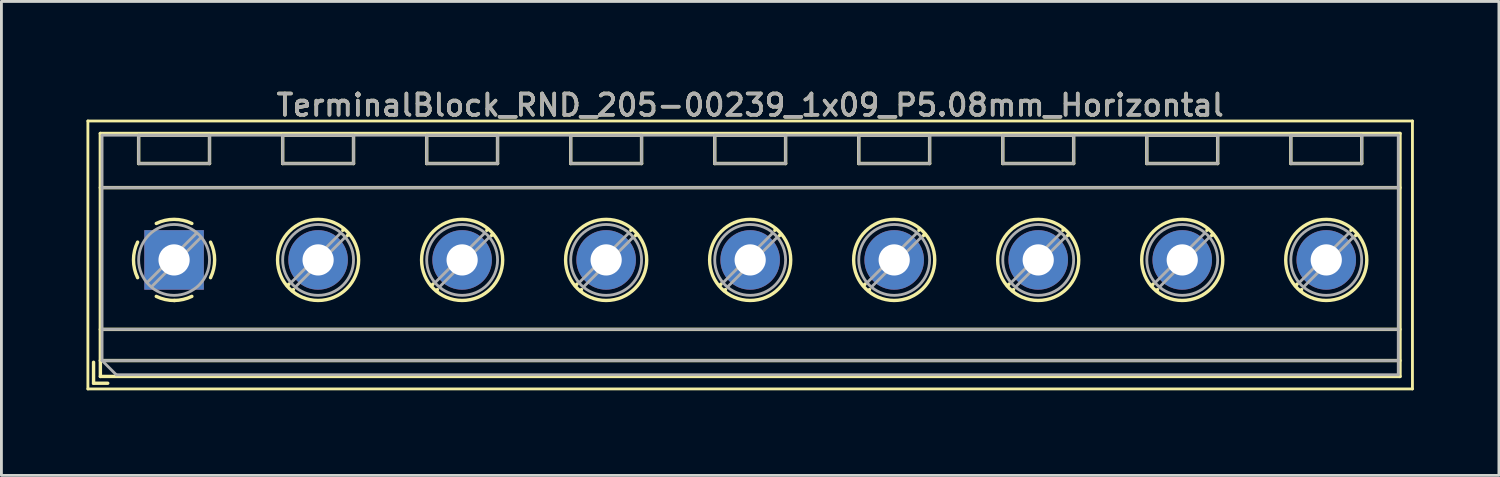
<source format=kicad_pcb>
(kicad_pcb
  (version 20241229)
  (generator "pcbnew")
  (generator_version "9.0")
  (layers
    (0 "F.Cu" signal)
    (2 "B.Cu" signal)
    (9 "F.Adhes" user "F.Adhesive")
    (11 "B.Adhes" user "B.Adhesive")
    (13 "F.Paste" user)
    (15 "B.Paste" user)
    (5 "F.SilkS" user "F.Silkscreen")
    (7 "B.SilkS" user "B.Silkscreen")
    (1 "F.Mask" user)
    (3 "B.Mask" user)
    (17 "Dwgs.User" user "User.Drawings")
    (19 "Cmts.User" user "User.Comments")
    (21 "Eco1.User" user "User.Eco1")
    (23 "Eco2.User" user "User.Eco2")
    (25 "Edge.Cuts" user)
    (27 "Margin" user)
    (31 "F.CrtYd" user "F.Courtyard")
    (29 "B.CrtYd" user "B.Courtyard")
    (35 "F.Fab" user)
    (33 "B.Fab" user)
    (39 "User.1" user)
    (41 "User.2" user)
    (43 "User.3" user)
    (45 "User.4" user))
  (footprint "TerminalBlock_RND_205-00239_1x09_P5.08mm_Horizontal"
    (layer "F.Cu")
    (at 3.09 6.118)
    (property "Reference" "TerminalBlock_RND_205-00239_1x09_P5.08mm_Horizontal" (at 20.32 -5.46 0) (layer "F.SilkS") (effects (font (size 0.75 0.75) (thickness 0.125))))
    (attr through_hole)
    (fp_line (start -3.04 -4.9) (end -3.04 4.55) (stroke (width 0.1) (type solid)) (layer "F.SilkS"))
    (fp_line (start -3.04 4.55) (end 43.68 4.55) (stroke (width 0.1) (type solid)) (layer "F.SilkS"))
    (fp_line (start -2.84 3.61) (end -2.84 4.35) (stroke (width 0.12) (type solid)) (layer "F.SilkS"))
    (fp_line (start -2.84 4.35) (end -2.34 4.35) (stroke (width 0.12) (type solid)) (layer "F.SilkS"))
    (fp_line (start -2.6 -4.46) (end -2.6 4.11) (stroke (width 0.12) (type solid)) (layer "F.SilkS"))
    (fp_line (start -2.6 -4.46) (end 43.24 -4.46) (stroke (width 0.12) (type solid)) (layer "F.SilkS"))
    (fp_line (start -2.6 -2.55) (end 43.24 -2.55) (stroke (width 0.12) (type solid)) (layer "F.SilkS"))
    (fp_line (start -2.6 2.45) (end 43.24 2.45) (stroke (width 0.12) (type solid)) (layer "F.SilkS"))
    (fp_line (start -2.6 3.55) (end 43.24 3.55) (stroke (width 0.12) (type solid)) (layer "F.SilkS"))
    (fp_line (start -2.6 4.11) (end 43.24 4.11) (stroke (width 0.12) (type solid)) (layer "F.SilkS"))
    (fp_line (start -1.25 -4.4) (end -1.25 -3.4) (stroke (width 0.12) (type solid)) (layer "F.SilkS"))
    (fp_line (start -1.25 -4.4) (end 1.25 -4.4) (stroke (width 0.12) (type solid)) (layer "F.SilkS"))
    (fp_line (start -1.25 -3.4) (end 1.25 -3.4) (stroke (width 0.12) (type solid)) (layer "F.SilkS"))
    (fp_line (start 1.25 -4.4) (end 1.25 -3.4) (stroke (width 0.12) (type solid)) (layer "F.SilkS"))
    (fp_line (start 3.83 -4.4) (end 3.83 -3.4) (stroke (width 0.12) (type solid)) (layer "F.SilkS"))
    (fp_line (start 3.83 -4.4) (end 6.33 -4.4) (stroke (width 0.12) (type solid)) (layer "F.SilkS"))
    (fp_line (start 3.83 -3.4) (end 6.33 -3.4) (stroke (width 0.12) (type solid)) (layer "F.SilkS"))
    (fp_line (start 4.056 0.85) (end 3.996 0.91) (stroke (width 0.12) (type solid)) (layer "F.SilkS"))
    (fp_line (start 4.21 1.045) (end 4.17 1.085) (stroke (width 0.12) (type solid)) (layer "F.SilkS"))
    (fp_line (start 5.991 -1.085) (end 5.951 -1.045) (stroke (width 0.12) (type solid)) (layer "F.SilkS"))
    (fp_line (start 6.165 -0.91) (end 6.105 -0.851) (stroke (width 0.12) (type solid)) (layer "F.SilkS"))
    (fp_line (start 6.33 -4.4) (end 6.33 -3.4) (stroke (width 0.12) (type solid)) (layer "F.SilkS"))
    (fp_line (start 8.91 -4.4) (end 8.91 -3.4) (stroke (width 0.12) (type solid)) (layer "F.SilkS"))
    (fp_line (start 8.91 -4.4) (end 11.41 -4.4) (stroke (width 0.12) (type solid)) (layer "F.SilkS"))
    (fp_line (start 8.91 -3.4) (end 11.41 -3.4) (stroke (width 0.12) (type solid)) (layer "F.SilkS"))
    (fp_line (start 9.136 0.85) (end 9.076 0.91) (stroke (width 0.12) (type solid)) (layer "F.SilkS"))
    (fp_line (start 9.29 1.045) (end 9.25 1.085) (stroke (width 0.12) (type solid)) (layer "F.SilkS"))
    (fp_line (start 11.071 -1.085) (end 11.031 -1.045) (stroke (width 0.12) (type solid)) (layer "F.SilkS"))
    (fp_line (start 11.245 -0.91) (end 11.185 -0.851) (stroke (width 0.12) (type solid)) (layer "F.SilkS"))
    (fp_line (start 11.41 -4.4) (end 11.41 -3.4) (stroke (width 0.12) (type solid)) (layer "F.SilkS"))
    (fp_line (start 13.99 -4.4) (end 13.99 -3.4) (stroke (width 0.12) (type solid)) (layer "F.SilkS"))
    (fp_line (start 13.99 -4.4) (end 16.49 -4.4) (stroke (width 0.12) (type solid)) (layer "F.SilkS"))
    (fp_line (start 13.99 -3.4) (end 16.49 -3.4) (stroke (width 0.12) (type solid)) (layer "F.SilkS"))
    (fp_line (start 14.216 0.85) (end 14.156 0.91) (stroke (width 0.12) (type solid)) (layer "F.SilkS"))
    (fp_line (start 14.37 1.045) (end 14.33 1.085) (stroke (width 0.12) (type solid)) (layer "F.SilkS"))
    (fp_line (start 16.151 -1.085) (end 16.111 -1.045) (stroke (width 0.12) (type solid)) (layer "F.SilkS"))
    (fp_line (start 16.325 -0.91) (end 16.265 -0.851) (stroke (width 0.12) (type solid)) (layer "F.SilkS"))
    (fp_line (start 16.49 -4.4) (end 16.49 -3.4) (stroke (width 0.12) (type solid)) (layer "F.SilkS"))
    (fp_line (start 19.07 -4.4) (end 19.07 -3.4) (stroke (width 0.12) (type solid)) (layer "F.SilkS"))
    (fp_line (start 19.07 -4.4) (end 21.57 -4.4) (stroke (width 0.12) (type solid)) (layer "F.SilkS"))
    (fp_line (start 19.07 -3.4) (end 21.57 -3.4) (stroke (width 0.12) (type solid)) (layer "F.SilkS"))
    (fp_line (start 19.296 0.85) (end 19.236 0.91) (stroke (width 0.12) (type solid)) (layer "F.SilkS"))
    (fp_line (start 19.45 1.045) (end 19.41 1.085) (stroke (width 0.12) (type solid)) (layer "F.SilkS"))
    (fp_line (start 21.231 -1.085) (end 21.191 -1.045) (stroke (width 0.12) (type solid)) (layer "F.SilkS"))
    (fp_line (start 21.405 -0.91) (end 21.345 -0.851) (stroke (width 0.12) (type solid)) (layer "F.SilkS"))
    (fp_line (start 21.57 -4.4) (end 21.57 -3.4) (stroke (width 0.12) (type solid)) (layer "F.SilkS"))
    (fp_line (start 24.15 -4.4) (end 24.15 -3.4) (stroke (width 0.12) (type solid)) (layer "F.SilkS"))
    (fp_line (start 24.15 -4.4) (end 26.65 -4.4) (stroke (width 0.12) (type solid)) (layer "F.SilkS"))
    (fp_line (start 24.15 -3.4) (end 26.65 -3.4) (stroke (width 0.12) (type solid)) (layer "F.SilkS"))
    (fp_line (start 24.376 0.85) (end 24.316 0.91) (stroke (width 0.12) (type solid)) (layer "F.SilkS"))
    (fp_line (start 24.53 1.045) (end 24.49 1.085) (stroke (width 0.12) (type solid)) (layer "F.SilkS"))
    (fp_line (start 26.311 -1.085) (end 26.271 -1.045) (stroke (width 0.12) (type solid)) (layer "F.SilkS"))
    (fp_line (start 26.485 -0.91) (end 26.425 -0.851) (stroke (width 0.12) (type solid)) (layer "F.SilkS"))
    (fp_line (start 26.65 -4.4) (end 26.65 -3.4) (stroke (width 0.12) (type solid)) (layer "F.SilkS"))
    (fp_line (start 29.23 -4.4) (end 29.23 -3.4) (stroke (width 0.12) (type solid)) (layer "F.SilkS"))
    (fp_line (start 29.23 -4.4) (end 31.73 -4.4) (stroke (width 0.12) (type solid)) (layer "F.SilkS"))
    (fp_line (start 29.23 -3.4) (end 31.73 -3.4) (stroke (width 0.12) (type solid)) (layer "F.SilkS"))
    (fp_line (start 29.456 0.85) (end 29.396 0.91) (stroke (width 0.12) (type solid)) (layer "F.SilkS"))
    (fp_line (start 29.61 1.045) (end 29.57 1.085) (stroke (width 0.12) (type solid)) (layer "F.SilkS"))
    (fp_line (start 31.391 -1.085) (end 31.351 -1.045) (stroke (width 0.12) (type solid)) (layer "F.SilkS"))
    (fp_line (start 31.565 -0.91) (end 31.505 -0.851) (stroke (width 0.12) (type solid)) (layer "F.SilkS"))
    (fp_line (start 31.73 -4.4) (end 31.73 -3.4) (stroke (width 0.12) (type solid)) (layer "F.SilkS"))
    (fp_line (start 34.31 -4.4) (end 34.31 -3.4) (stroke (width 0.12) (type solid)) (layer "F.SilkS"))
    (fp_line (start 34.31 -4.4) (end 36.81 -4.4) (stroke (width 0.12) (type solid)) (layer "F.SilkS"))
    (fp_line (start 34.31 -3.4) (end 36.81 -3.4) (stroke (width 0.12) (type solid)) (layer "F.SilkS"))
    (fp_line (start 34.536 0.85) (end 34.476 0.91) (stroke (width 0.12) (type solid)) (layer "F.SilkS"))
    (fp_line (start 34.69 1.045) (end 34.65 1.085) (stroke (width 0.12) (type solid)) (layer "F.SilkS"))
    (fp_line (start 36.471 -1.085) (end 36.431 -1.045) (stroke (width 0.12) (type solid)) (layer "F.SilkS"))
    (fp_line (start 36.645 -0.91) (end 36.585 -0.851) (stroke (width 0.12) (type solid)) (layer "F.SilkS"))
    (fp_line (start 36.81 -4.4) (end 36.81 -3.4) (stroke (width 0.12) (type solid)) (layer "F.SilkS"))
    (fp_line (start 39.39 -4.4) (end 39.39 -3.4) (stroke (width 0.12) (type solid)) (layer "F.SilkS"))
    (fp_line (start 39.39 -4.4) (end 41.89 -4.4) (stroke (width 0.12) (type solid)) (layer "F.SilkS"))
    (fp_line (start 39.39 -3.4) (end 41.89 -3.4) (stroke (width 0.12) (type solid)) (layer "F.SilkS"))
    (fp_line (start 39.616 0.85) (end 39.556 0.91) (stroke (width 0.12) (type solid)) (layer "F.SilkS"))
    (fp_line (start 39.77 1.045) (end 39.73 1.085) (stroke (width 0.12) (type solid)) (layer "F.SilkS"))
    (fp_line (start 41.551 -1.085) (end 41.511 -1.045) (stroke (width 0.12) (type solid)) (layer "F.SilkS"))
    (fp_line (start 41.725 -0.91) (end 41.665 -0.851) (stroke (width 0.12) (type solid)) (layer "F.SilkS"))
    (fp_line (start 41.89 -4.4) (end 41.89 -3.4) (stroke (width 0.12) (type solid)) (layer "F.SilkS"))
    (fp_line (start 43.24 -4.46) (end 43.24 4.11) (stroke (width 0.12) (type solid)) (layer "F.SilkS"))
    (fp_line (start 43.68 -4.9) (end -3.04 -4.9) (stroke (width 0.1) (type solid)) (layer "F.SilkS"))
    (fp_line (start 43.68 4.55) (end 43.68 -4.9) (stroke (width 0.1) (type solid)) (layer "F.SilkS"))
    (fp_arc (start -1.286611 0.626746) (mid -1.431146 -0.000697) (end -1.286 -0.628) (stroke (width 0.12) (type solid)) (layer "F.SilkS"))
    (fp_arc (start -0.627362 -1.285823) (mid -0.000201 -1.430707) (end 0.627 -1.286) (stroke (width 0.12) (type solid)) (layer "F.SilkS"))
    (fp_arc (start 0.02428 1.43094) (mid -0.310437 1.397071) (end -0.628 1.286) (stroke (width 0.12) (type solid)) (layer "F.SilkS"))
    (fp_arc (start 0.626871 1.285275) (mid 0.32168 1.393349) (end 0 1.43) (stroke (width 0.12) (type solid)) (layer "F.SilkS"))
    (fp_arc (start 1.285823 -0.627362) (mid 1.430707 -0.000201) (end 1.286 0.627) (stroke (width 0.12) (type solid)) (layer "F.SilkS"))
    (fp_circle (center 5.08 0) (end 6.51 0) (stroke (width 0.12) (type solid)) (fill no) (layer "F.SilkS"))
    (fp_circle (center 10.16 0) (end 11.59 0) (stroke (width 0.12) (type solid)) (fill no) (layer "F.SilkS"))
    (fp_circle (center 15.24 0) (end 16.67 0) (stroke (width 0.12) (type solid)) (fill no) (layer "F.SilkS"))
    (fp_circle (center 20.32 0) (end 21.75 0) (stroke (width 0.12) (type solid)) (fill no) (layer "F.SilkS"))
    (fp_circle (center 25.4 0) (end 26.83 0) (stroke (width 0.12) (type solid)) (fill no) (layer "F.SilkS"))
    (fp_circle (center 30.48 0) (end 31.91 0) (stroke (width 0.12) (type solid)) (fill no) (layer "F.SilkS"))
    (fp_circle (center 35.56 0) (end 36.99 0) (stroke (width 0.12) (type solid)) (fill no) (layer "F.SilkS"))
    (fp_circle (center 40.64 0) (end 42.07 0) (stroke (width 0.12) (type solid)) (fill no) (layer "F.SilkS"))
    (fp_line (start -2.54 -4.4) (end 43.18 -4.4) (stroke (width 0.1) (type solid)) (layer "F.Fab"))
    (fp_line (start -2.54 -2.55) (end 43.18 -2.55) (stroke (width 0.1) (type solid)) (layer "F.Fab"))
    (fp_line (start -2.54 2.45) (end 43.18 2.45) (stroke (width 0.1) (type solid)) (layer "F.Fab"))
    (fp_line (start -2.54 3.55) (end -2.54 -4.4) (stroke (width 0.1) (type solid)) (layer "F.Fab"))
    (fp_line (start -2.54 3.55) (end 43.18 3.55) (stroke (width 0.1) (type solid)) (layer "F.Fab"))
    (fp_line (start -2.04 4.05) (end -2.54 3.55) (stroke (width 0.1) (type solid)) (layer "F.Fab"))
    (fp_line (start -1.25 -4.4) (end -1.25 -3.4) (stroke (width 0.1) (type solid)) (layer "F.Fab"))
    (fp_line (start -1.25 -3.4) (end 1.25 -3.4) (stroke (width 0.1) (type solid)) (layer "F.Fab"))
    (fp_line (start 0.796 -0.948) (end -0.949 0.796) (stroke (width 0.1) (type solid)) (layer "F.Fab"))
    (fp_line (start 0.949 -0.796) (end -0.796 0.948) (stroke (width 0.1) (type solid)) (layer "F.Fab"))
    (fp_line (start 1.25 -4.4) (end -1.25 -4.4) (stroke (width 0.1) (type solid)) (layer "F.Fab"))
    (fp_line (start 1.25 -3.4) (end 1.25 -4.4) (stroke (width 0.1) (type solid)) (layer "F.Fab"))
    (fp_line (start 3.83 -4.4) (end 3.83 -3.4) (stroke (width 0.1) (type solid)) (layer "F.Fab"))
    (fp_line (start 3.83 -3.4) (end 6.33 -3.4) (stroke (width 0.1) (type solid)) (layer "F.Fab"))
    (fp_line (start 5.876 -0.948) (end 4.132 0.796) (stroke (width 0.1) (type solid)) (layer "F.Fab"))
    (fp_line (start 6.029 -0.796) (end 4.285 0.948) (stroke (width 0.1) (type solid)) (layer "F.Fab"))
    (fp_line (start 6.33 -4.4) (end 3.83 -4.4) (stroke (width 0.1) (type solid)) (layer "F.Fab"))
    (fp_line (start 6.33 -3.4) (end 6.33 -4.4) (stroke (width 0.1) (type solid)) (layer "F.Fab"))
    (fp_line (start 8.91 -4.4) (end 8.91 -3.4) (stroke (width 0.1) (type solid)) (layer "F.Fab"))
    (fp_line (start 8.91 -3.4) (end 11.41 -3.4) (stroke (width 0.1) (type solid)) (layer "F.Fab"))
    (fp_line (start 10.956 -0.948) (end 9.212 0.796) (stroke (width 0.1) (type solid)) (layer "F.Fab"))
    (fp_line (start 11.109 -0.796) (end 9.365 0.948) (stroke (width 0.1) (type solid)) (layer "F.Fab"))
    (fp_line (start 11.41 -4.4) (end 8.91 -4.4) (stroke (width 0.1) (type solid)) (layer "F.Fab"))
    (fp_line (start 11.41 -3.4) (end 11.41 -4.4) (stroke (width 0.1) (type solid)) (layer "F.Fab"))
    (fp_line (start 13.99 -4.4) (end 13.99 -3.4) (stroke (width 0.1) (type solid)) (layer "F.Fab"))
    (fp_line (start 13.99 -3.4) (end 16.49 -3.4) (stroke (width 0.1) (type solid)) (layer "F.Fab"))
    (fp_line (start 16.036 -0.948) (end 14.292 0.796) (stroke (width 0.1) (type solid)) (layer "F.Fab"))
    (fp_line (start 16.189 -0.796) (end 14.445 0.948) (stroke (width 0.1) (type solid)) (layer "F.Fab"))
    (fp_line (start 16.49 -4.4) (end 13.99 -4.4) (stroke (width 0.1) (type solid)) (layer "F.Fab"))
    (fp_line (start 16.49 -3.4) (end 16.49 -4.4) (stroke (width 0.1) (type solid)) (layer "F.Fab"))
    (fp_line (start 19.07 -4.4) (end 19.07 -3.4) (stroke (width 0.1) (type solid)) (layer "F.Fab"))
    (fp_line (start 19.07 -3.4) (end 21.57 -3.4) (stroke (width 0.1) (type solid)) (layer "F.Fab"))
    (fp_line (start 21.116 -0.948) (end 19.372 0.796) (stroke (width 0.1) (type solid)) (layer "F.Fab"))
    (fp_line (start 21.269 -0.796) (end 19.525 0.948) (stroke (width 0.1) (type solid)) (layer "F.Fab"))
    (fp_line (start 21.57 -4.4) (end 19.07 -4.4) (stroke (width 0.1) (type solid)) (layer "F.Fab"))
    (fp_line (start 21.57 -3.4) (end 21.57 -4.4) (stroke (width 0.1) (type solid)) (layer "F.Fab"))
    (fp_line (start 24.15 -4.4) (end 24.15 -3.4) (stroke (width 0.1) (type solid)) (layer "F.Fab"))
    (fp_line (start 24.15 -3.4) (end 26.65 -3.4) (stroke (width 0.1) (type solid)) (layer "F.Fab"))
    (fp_line (start 26.196 -0.948) (end 24.452 0.796) (stroke (width 0.1) (type solid)) (layer "F.Fab"))
    (fp_line (start 26.349 -0.796) (end 24.605 0.948) (stroke (width 0.1) (type solid)) (layer "F.Fab"))
    (fp_line (start 26.65 -4.4) (end 24.15 -4.4) (stroke (width 0.1) (type solid)) (layer "F.Fab"))
    (fp_line (start 26.65 -3.4) (end 26.65 -4.4) (stroke (width 0.1) (type solid)) (layer "F.Fab"))
    (fp_line (start 29.23 -4.4) (end 29.23 -3.4) (stroke (width 0.1) (type solid)) (layer "F.Fab"))
    (fp_line (start 29.23 -3.4) (end 31.73 -3.4) (stroke (width 0.1) (type solid)) (layer "F.Fab"))
    (fp_line (start 31.276 -0.948) (end 29.532 0.796) (stroke (width 0.1) (type solid)) (layer "F.Fab"))
    (fp_line (start 31.429 -0.796) (end 29.685 0.948) (stroke (width 0.1) (type solid)) (layer "F.Fab"))
    (fp_line (start 31.73 -4.4) (end 29.23 -4.4) (stroke (width 0.1) (type solid)) (layer "F.Fab"))
    (fp_line (start 31.73 -3.4) (end 31.73 -4.4) (stroke (width 0.1) (type solid)) (layer "F.Fab"))
    (fp_line (start 34.31 -4.4) (end 34.31 -3.4) (stroke (width 0.1) (type solid)) (layer "F.Fab"))
    (fp_line (start 34.31 -3.4) (end 36.81 -3.4) (stroke (width 0.1) (type solid)) (layer "F.Fab"))
    (fp_line (start 36.356 -0.948) (end 34.612 0.796) (stroke (width 0.1) (type solid)) (layer "F.Fab"))
    (fp_line (start 36.509 -0.796) (end 34.765 0.948) (stroke (width 0.1) (type solid)) (layer "F.Fab"))
    (fp_line (start 36.81 -4.4) (end 34.31 -4.4) (stroke (width 0.1) (type solid)) (layer "F.Fab"))
    (fp_line (start 36.81 -3.4) (end 36.81 -4.4) (stroke (width 0.1) (type solid)) (layer "F.Fab"))
    (fp_line (start 39.39 -4.4) (end 39.39 -3.4) (stroke (width 0.1) (type solid)) (layer "F.Fab"))
    (fp_line (start 39.39 -3.4) (end 41.89 -3.4) (stroke (width 0.1) (type solid)) (layer "F.Fab"))
    (fp_line (start 41.436 -0.948) (end 39.692 0.796) (stroke (width 0.1) (type solid)) (layer "F.Fab"))
    (fp_line (start 41.589 -0.796) (end 39.845 0.948) (stroke (width 0.1) (type solid)) (layer "F.Fab"))
    (fp_line (start 41.89 -4.4) (end 39.39 -4.4) (stroke (width 0.1) (type solid)) (layer "F.Fab"))
    (fp_line (start 41.89 -3.4) (end 41.89 -4.4) (stroke (width 0.1) (type solid)) (layer "F.Fab"))
    (fp_line (start 43.18 -4.4) (end 43.18 4.05) (stroke (width 0.1) (type solid)) (layer "F.Fab"))
    (fp_line (start 43.18 4.05) (end -2.04 4.05) (stroke (width 0.1) (type solid)) (layer "F.Fab"))
    (fp_circle (center 0 0) (end 1.25 0) (stroke (width 0.1) (type solid)) (fill no) (layer "F.Fab"))
    (fp_circle (center 5.08 0) (end 6.33 0) (stroke (width 0.1) (type solid)) (fill no) (layer "F.Fab"))
    (fp_circle (center 10.16 0) (end 11.41 0) (stroke (width 0.1) (type solid)) (fill no) (layer "F.Fab"))
    (fp_circle (center 15.24 0) (end 16.49 0) (stroke (width 0.1) (type solid)) (fill no) (layer "F.Fab"))
    (fp_circle (center 20.32 0) (end 21.57 0) (stroke (width 0.1) (type solid)) (fill no) (layer "F.Fab"))
    (fp_circle (center 25.4 0) (end 26.65 0) (stroke (width 0.1) (type solid)) (fill no) (layer "F.Fab"))
    (fp_circle (center 30.48 0) (end 31.73 0) (stroke (width 0.1) (type solid)) (fill no) (layer "F.Fab"))
    (fp_circle (center 35.56 0) (end 36.81 0) (stroke (width 0.1) (type solid)) (fill no) (layer "F.Fab"))
    (fp_circle (center 40.64 0) (end 41.89 0) (stroke (width 0.1) (type solid)) (fill no) (layer "F.Fab"))
    (fp_text user "${REFERENCE}" (at 20.32 -5.46 0) (layer "F.Fab") (effects (font (size 0.75 0.75) (thickness 0.125))))
    (pad "1" thru_hole rect (at 0 0) (size 2.1 2.1) (drill 1.1) (layers "*.Cu" "*.Mask"))
    (pad "2" thru_hole circle (at 5.08 0) (size 2.1 2.1) (drill 1.1) (layers "*.Cu" "*.Mask"))
    (pad "3" thru_hole circle (at 10.16 0) (size 2.1 2.1) (drill 1.1) (layers "*.Cu" "*.Mask"))
    (pad "4" thru_hole circle (at 15.24 0) (size 2.1 2.1) (drill 1.1) (layers "*.Cu" "*.Mask"))
    (pad "5" thru_hole circle (at 20.32 0) (size 2.1 2.1) (drill 1.1) (layers "*.Cu" "*.Mask"))
    (pad "6" thru_hole circle (at 25.4 0) (size 2.1 2.1) (drill 1.1) (layers "*.Cu" "*.Mask"))
    (pad "7" thru_hole circle (at 30.48 0) (size 2.1 2.1) (drill 1.1) (layers "*.Cu" "*.Mask"))
    (pad "8" thru_hole circle (at 35.56 0) (size 2.1 2.1) (drill 1.1) (layers "*.Cu" "*.Mask"))
    (pad "9" thru_hole circle (at 40.64 0) (size 2.1 2.1) (drill 1.1) (layers "*.Cu" "*.Mask")))
  (gr_rect
    (start -3 -3)
    (end 49.82 13.718)
    (stroke (width 0.1) (type default))
    (fill no)
    (layer "Edge.Cuts")))
</source>
